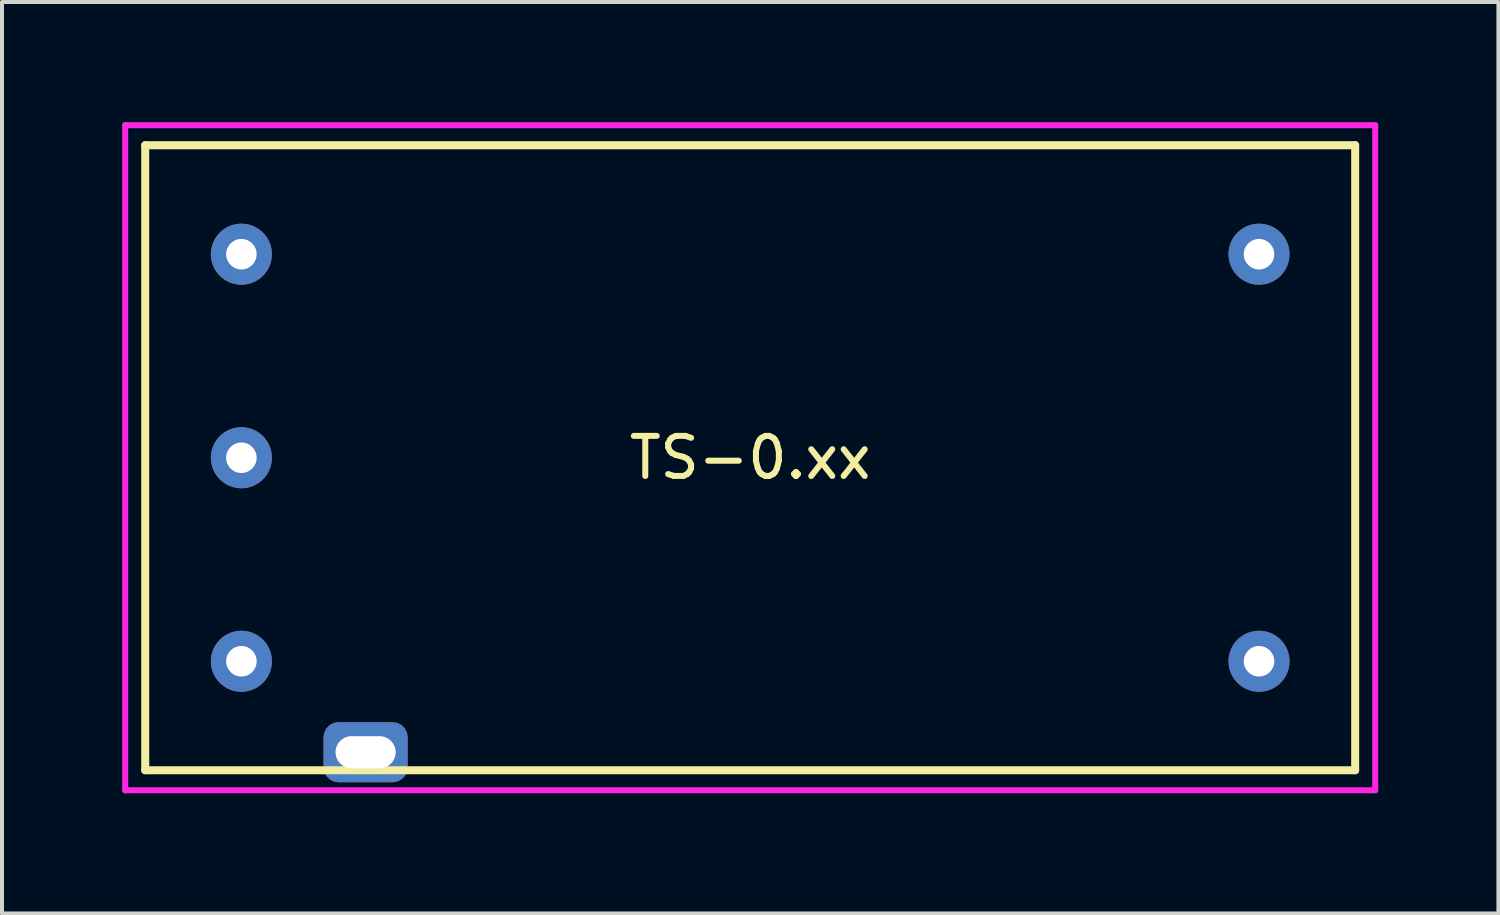
<source format=kicad_pcb>
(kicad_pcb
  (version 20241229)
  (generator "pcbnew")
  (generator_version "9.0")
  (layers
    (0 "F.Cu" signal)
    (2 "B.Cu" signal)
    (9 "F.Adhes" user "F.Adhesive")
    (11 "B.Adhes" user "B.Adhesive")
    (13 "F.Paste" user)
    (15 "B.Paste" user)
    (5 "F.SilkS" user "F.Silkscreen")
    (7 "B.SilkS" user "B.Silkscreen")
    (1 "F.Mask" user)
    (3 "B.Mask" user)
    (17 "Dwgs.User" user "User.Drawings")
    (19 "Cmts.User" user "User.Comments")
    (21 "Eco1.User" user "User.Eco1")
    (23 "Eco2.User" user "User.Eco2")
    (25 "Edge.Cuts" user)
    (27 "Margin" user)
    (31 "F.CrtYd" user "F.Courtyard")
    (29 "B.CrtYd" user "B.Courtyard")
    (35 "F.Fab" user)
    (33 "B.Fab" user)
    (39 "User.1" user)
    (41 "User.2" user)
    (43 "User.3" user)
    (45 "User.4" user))
  (footprint "TS-0.xx"
    (layer "F.Cu")
    (at 15.675 8.375)
    (property "Reference" "TS-0.xx" (at 0 0 0) (layer "F.SilkS") (effects (font (size 1 1) (thickness 0.15))))
    (attr through_hole)
    (fp_line (start -15.1 -7.8) (end -15.1 7.8) (stroke (width 0.2) (type solid)) (layer "F.SilkS"))
    (fp_line (start -15.1 -7.8) (end 15.1 -7.8) (stroke (width 0.2) (type solid)) (layer "F.SilkS"))
    (fp_line (start -15.1 7.8) (end 15.1 7.8) (stroke (width 0.2) (type solid)) (layer "F.SilkS"))
    (fp_line (start 15.1 -7.8) (end 15.1 7.8) (stroke (width 0.2) (type solid)) (layer "F.SilkS"))
    (fp_line (start -15.6 -8.3) (end 15.6 -8.3) (stroke (width 0.15) (type solid)) (layer "F.CrtYd"))
    (fp_line (start -15.6 8.3) (end -15.6 -8.3) (stroke (width 0.15) (type solid)) (layer "F.CrtYd"))
    (fp_line (start 15.6 -8.3) (end 15.6 8.3) (stroke (width 0.15) (type solid)) (layer "F.CrtYd"))
    (fp_line (start 15.6 8.3) (end -15.6 8.3) (stroke (width 0.15) (type solid)) (layer "F.CrtYd"))
    (pad "1" thru_hole circle (at -12.7 -5.08) (size 1.524 1.524) (drill 0.762) (layers "*.Cu" "*.Mask"))
    (pad "2" thru_hole circle (at -12.7 0) (size 1.524 1.524) (drill 0.762) (layers "*.Cu" "*.Mask"))
    (pad "3" thru_hole circle (at -12.7 5.08) (size 1.524 1.524) (drill 0.762) (layers "*.Cu" "*.Mask"))
    (pad "8" thru_hole circle (at 12.7 5.08) (size 1.524 1.524) (drill 0.762) (layers "*.Cu" "*.Mask"))
    (pad "10" thru_hole circle (at 12.7 -5.08) (size 1.524 1.524) (drill 0.762) (layers "*.Cu" "*.Mask"))
    (pad "SH" thru_hole roundrect (at -9.6 7.35) (size 2.1 1.5) (drill oval 1.5 0.8) (layers "*.Cu" "*.Mask") (roundrect_rratio 0.25)))
  (gr_rect
    (start -3 -3)
    (end 34.35 19.75)
    (stroke (width 0.1) (type default))
    (fill no)
    (layer "Edge.Cuts")))
</source>
